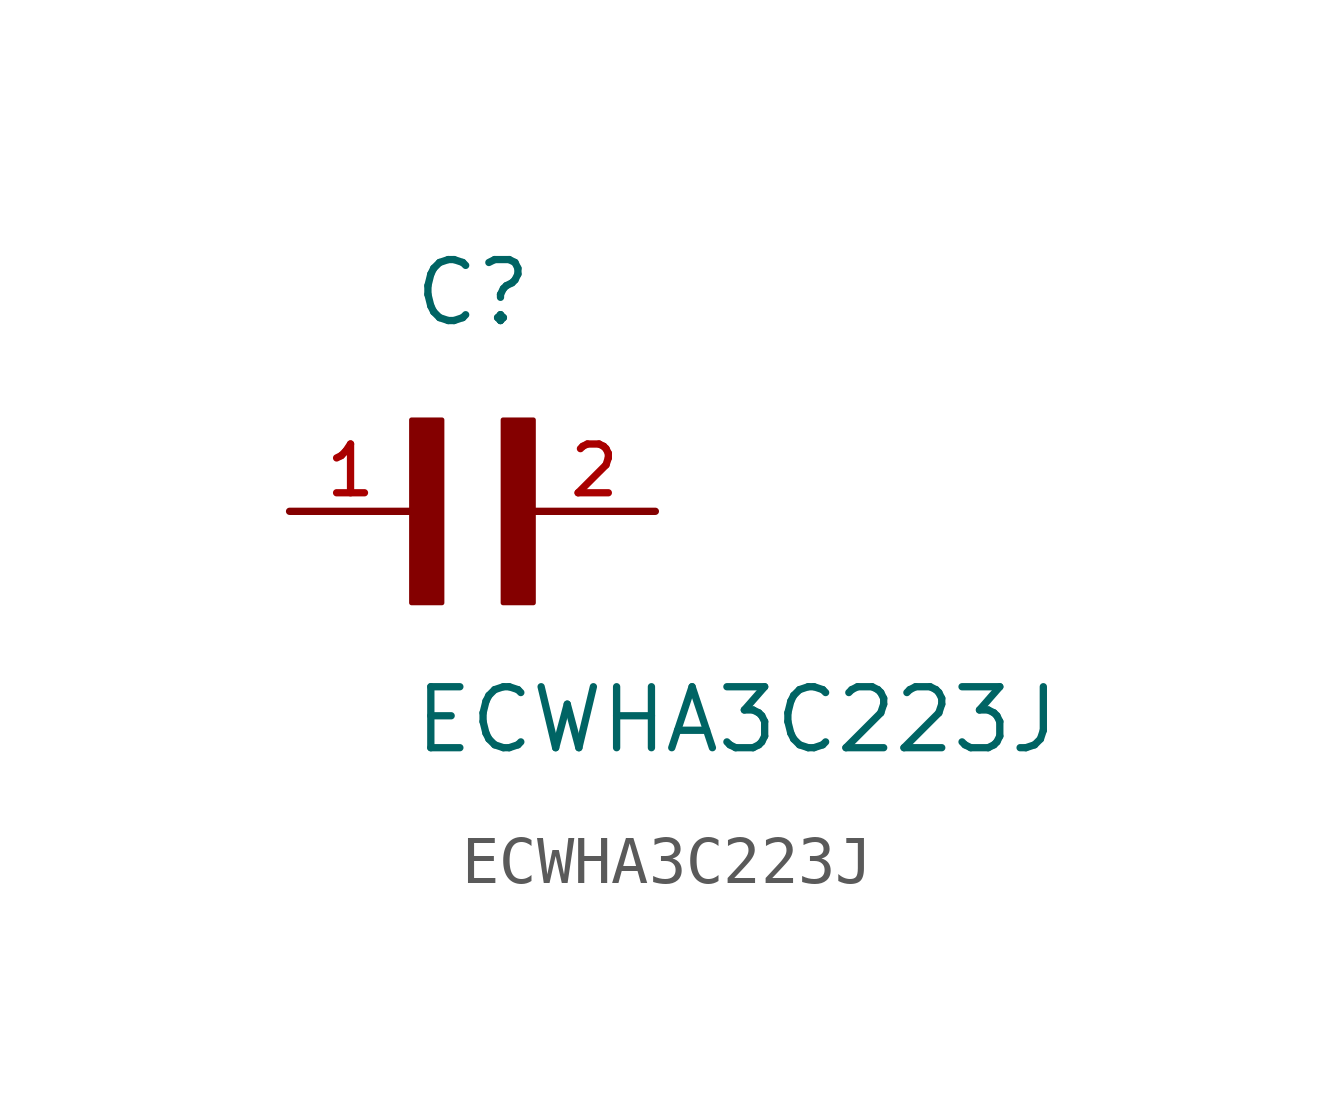
<source format=kicad_sym>
(kicad_symbol_lib
  (version 20231120)
  (generator "kicad_symbol_editor")
  (generator_version "8.0")
  (symbol "ECWHA3C223J"
    (pin_names
      (offset 1.016))
    (property "Reference" "C"
      (at 0 3.811 0)
      (effects (font (size 1.27 1.27)) (justify left bottom)))
    (property "Value" "ECWHA3C223J"
      (at 0 -5.088 0)
      (effects (font (size 1.27 1.27)) (justify left bottom)))
    (symbol "ECWHA3C223J_0_0"
      (rectangle (start 0 1.905) (end 0.635 -1.907) (stroke (width 0.1) (type default)) (fill (type outline)))
      (rectangle (start 1.907 -1.907) (end 2.54 1.905) (stroke (width 0.1) (type default)) (fill (type outline)))
      (pin passive line (at -2.54 0 0) (length 2.54) (name "~" (effects (font (size 1.016 1.016)))) (number "1" (effects (font (size 1.016 1.016)))))
      (pin passive line (at 5.08 0 180) (length 2.54) (name "~" (effects (font (size 1.016 1.016)))) (number "2" (effects (font (size 1.016 1.016))))))))
</source>
